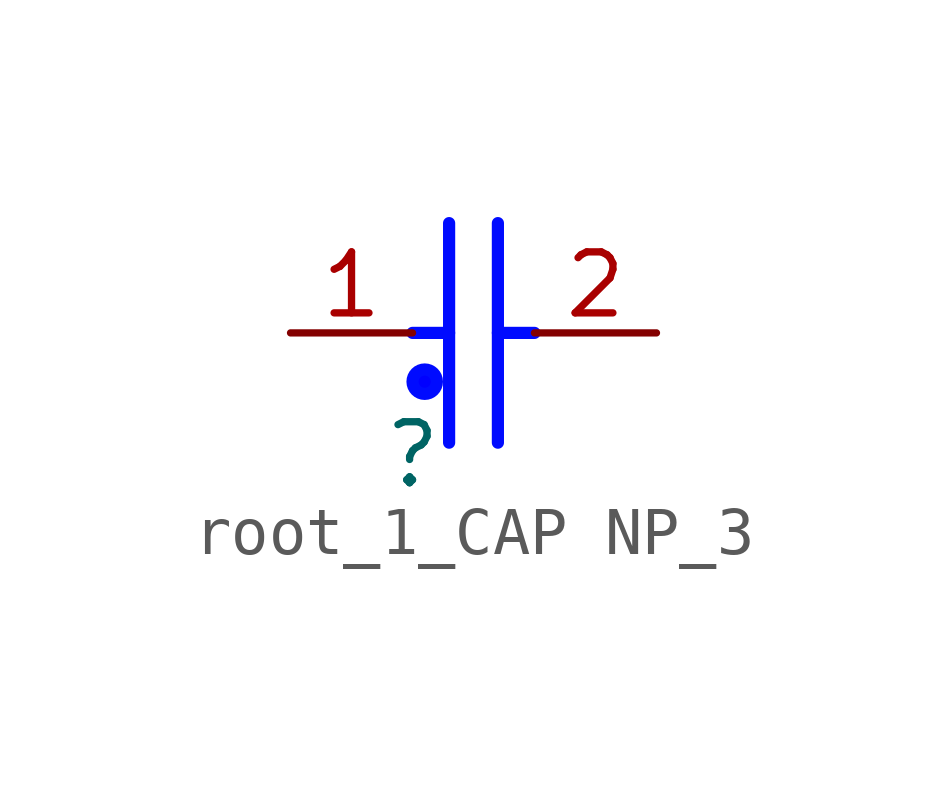
<source format=kicad_sym>
(kicad_symbol_lib
  (version 20231120)
  (generator "kicad_symbol_editor")
  (generator_version "8.0")
  (symbol "root_1_CAP NP_3"
    (property "Reference" ""
      (at 0 0 0)
      (effects (font (size 1.27 1.27))))
    (property "Value" ""
      (at 0 0 0)
      (effects (font (size 1.27 1.27))))
    (symbol "root_1_CAP NP_3_1_0"
      (polyline (pts (xy 0 2.54) (xy 0.762 2.54)) (stroke (width 0.254) (type solid) (color 0 11 255 1)) (fill (type none)))
      (polyline (pts (xy 0.762 0.254) (xy 0.762 4.826)) (stroke (width 0.254) (type solid) (color 0 11 255 1)) (fill (type none)))
      (polyline (pts (xy 1.778 0.254) (xy 1.778 4.826)) (stroke (width 0.254) (type solid) (color 0 11 255 1)) (fill (type none)))
      (polyline (pts (xy 2.54 2.54) (xy 1.778 2.54)) (stroke (width 0.254) (type solid) (color 0 11 255 1)) (fill (type none)))
      (circle (center 0.254 1.524) (radius 0.254) (stroke (width 0.254) (type solid) (color 0 11 255 1)) (fill (type color) (color 0 0 255 1)))
      (pin passive line (at -2.54 2.54 0) (length 2.54) (name "1" (effects (font (size 0 0)))) (number "1" (effects (font (size 1.27 1.27)))))
      (pin passive line (at 5.08 2.54 180) (length 2.54) (name "2" (effects (font (size 0 0)))) (number "2" (effects (font (size 1.27 1.27))))))))
</source>
